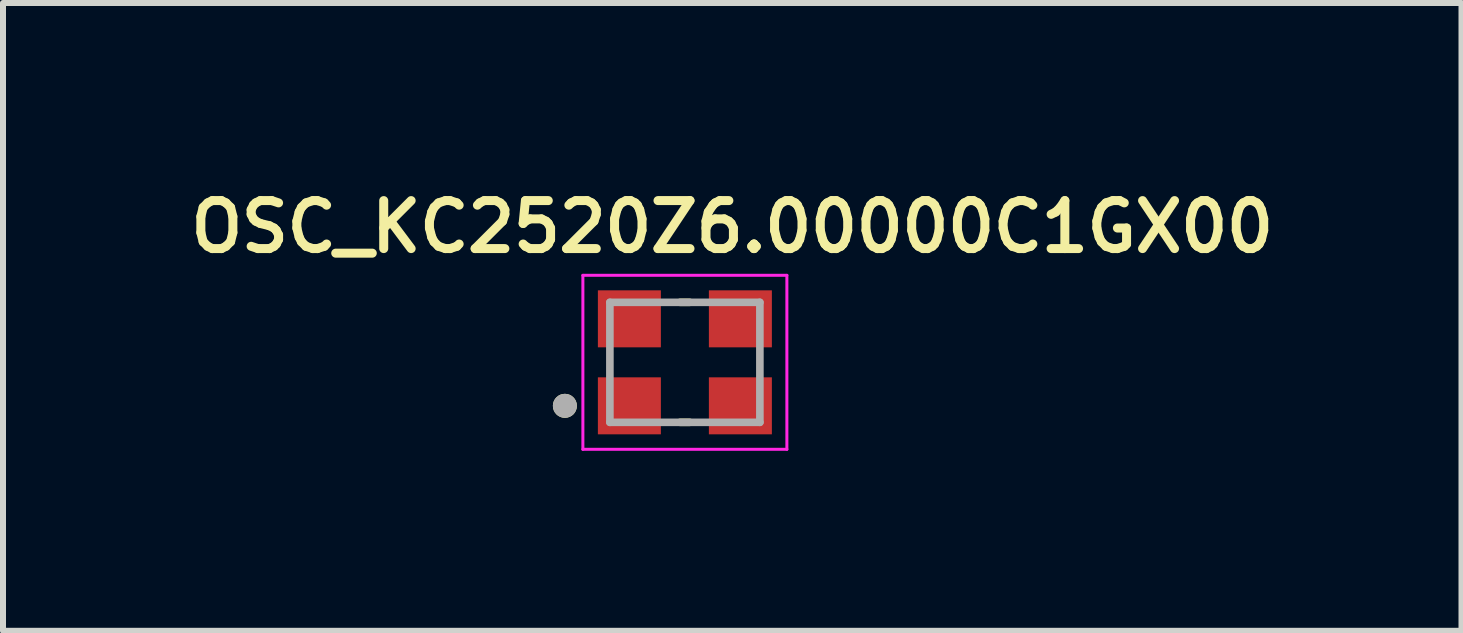
<source format=kicad_pcb>
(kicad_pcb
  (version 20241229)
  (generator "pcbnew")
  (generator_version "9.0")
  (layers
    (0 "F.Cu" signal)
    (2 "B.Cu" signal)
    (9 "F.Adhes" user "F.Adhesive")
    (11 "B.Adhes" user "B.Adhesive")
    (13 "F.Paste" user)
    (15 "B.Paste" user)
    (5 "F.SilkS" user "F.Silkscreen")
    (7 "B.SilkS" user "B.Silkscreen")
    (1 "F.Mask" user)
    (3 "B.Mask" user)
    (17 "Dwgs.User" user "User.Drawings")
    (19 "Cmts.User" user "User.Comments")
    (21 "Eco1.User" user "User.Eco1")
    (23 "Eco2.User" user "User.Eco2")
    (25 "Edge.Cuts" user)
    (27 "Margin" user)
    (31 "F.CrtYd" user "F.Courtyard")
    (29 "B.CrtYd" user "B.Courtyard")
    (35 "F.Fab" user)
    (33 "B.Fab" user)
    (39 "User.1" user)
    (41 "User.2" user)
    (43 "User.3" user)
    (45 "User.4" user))
  (footprint "OSC_KC2520Z6.00000C1GX00"
    (layer "F.Cu")
    (at 8.365 2.989)
    (property "Reference" "OSC_KC2520Z6.00000C1GX00" (at 0.79 -2.258 0) (layer "F.SilkS") (effects (font (size 0.8 0.8) (thickness 0.15))))
    (attr smd)
    (fp_line (start -0.08 -1) (end 0.08 -1) (stroke (width 0.127) (type solid)) (layer "F.SilkS"))
    (fp_line (start 0.08 1) (end -0.08 1) (stroke (width 0.127) (type solid)) (layer "F.SilkS"))
    (fp_circle (center -2 0.725) (end -1.9 0.725) (stroke (width 0.2) (type solid)) (fill no) (layer "F.SilkS"))
    (fp_line (start -1.7 -1.45) (end 1.7 -1.45) (stroke (width 0.05) (type solid)) (layer "F.CrtYd"))
    (fp_line (start -1.7 1.45) (end -1.7 -1.45) (stroke (width 0.05) (type solid)) (layer "F.CrtYd"))
    (fp_line (start 1.7 -1.45) (end 1.7 1.45) (stroke (width 0.05) (type solid)) (layer "F.CrtYd"))
    (fp_line (start 1.7 1.45) (end -1.7 1.45) (stroke (width 0.05) (type solid)) (layer "F.CrtYd"))
    (fp_line (start -1.25 -1) (end 1.25 -1) (stroke (width 0.127) (type solid)) (layer "F.Fab"))
    (fp_line (start -1.25 1) (end -1.25 -1) (stroke (width 0.127) (type solid)) (layer "F.Fab"))
    (fp_line (start 1.25 -1) (end 1.25 1) (stroke (width 0.127) (type solid)) (layer "F.Fab"))
    (fp_line (start 1.25 1) (end -1.25 1) (stroke (width 0.127) (type solid)) (layer "F.Fab"))
    (fp_circle (center -2 0.725) (end -1.9 0.725) (stroke (width 0.2) (type solid)) (fill no) (layer "F.Fab"))
    (pad "1" smd rect (at -0.925 0.725) (size 1.05 0.95) (layers "F.Cu" "F.Mask" "F.Paste"))
    (pad "2" smd rect (at 0.925 0.725) (size 1.05 0.95) (layers "F.Cu" "F.Mask" "F.Paste"))
    (pad "3" smd rect (at 0.925 -0.725) (size 1.05 0.95) (layers "F.Cu" "F.Mask" "F.Paste"))
    (pad "4" smd rect (at -0.925 -0.725) (size 1.05 0.95) (layers "F.Cu" "F.Mask" "F.Paste")))
  (gr_rect
    (start -3 -3)
    (end 21.309 7.464)
    (stroke (width 0.1) (type default))
    (fill no)
    (layer "Edge.Cuts")))
</source>
